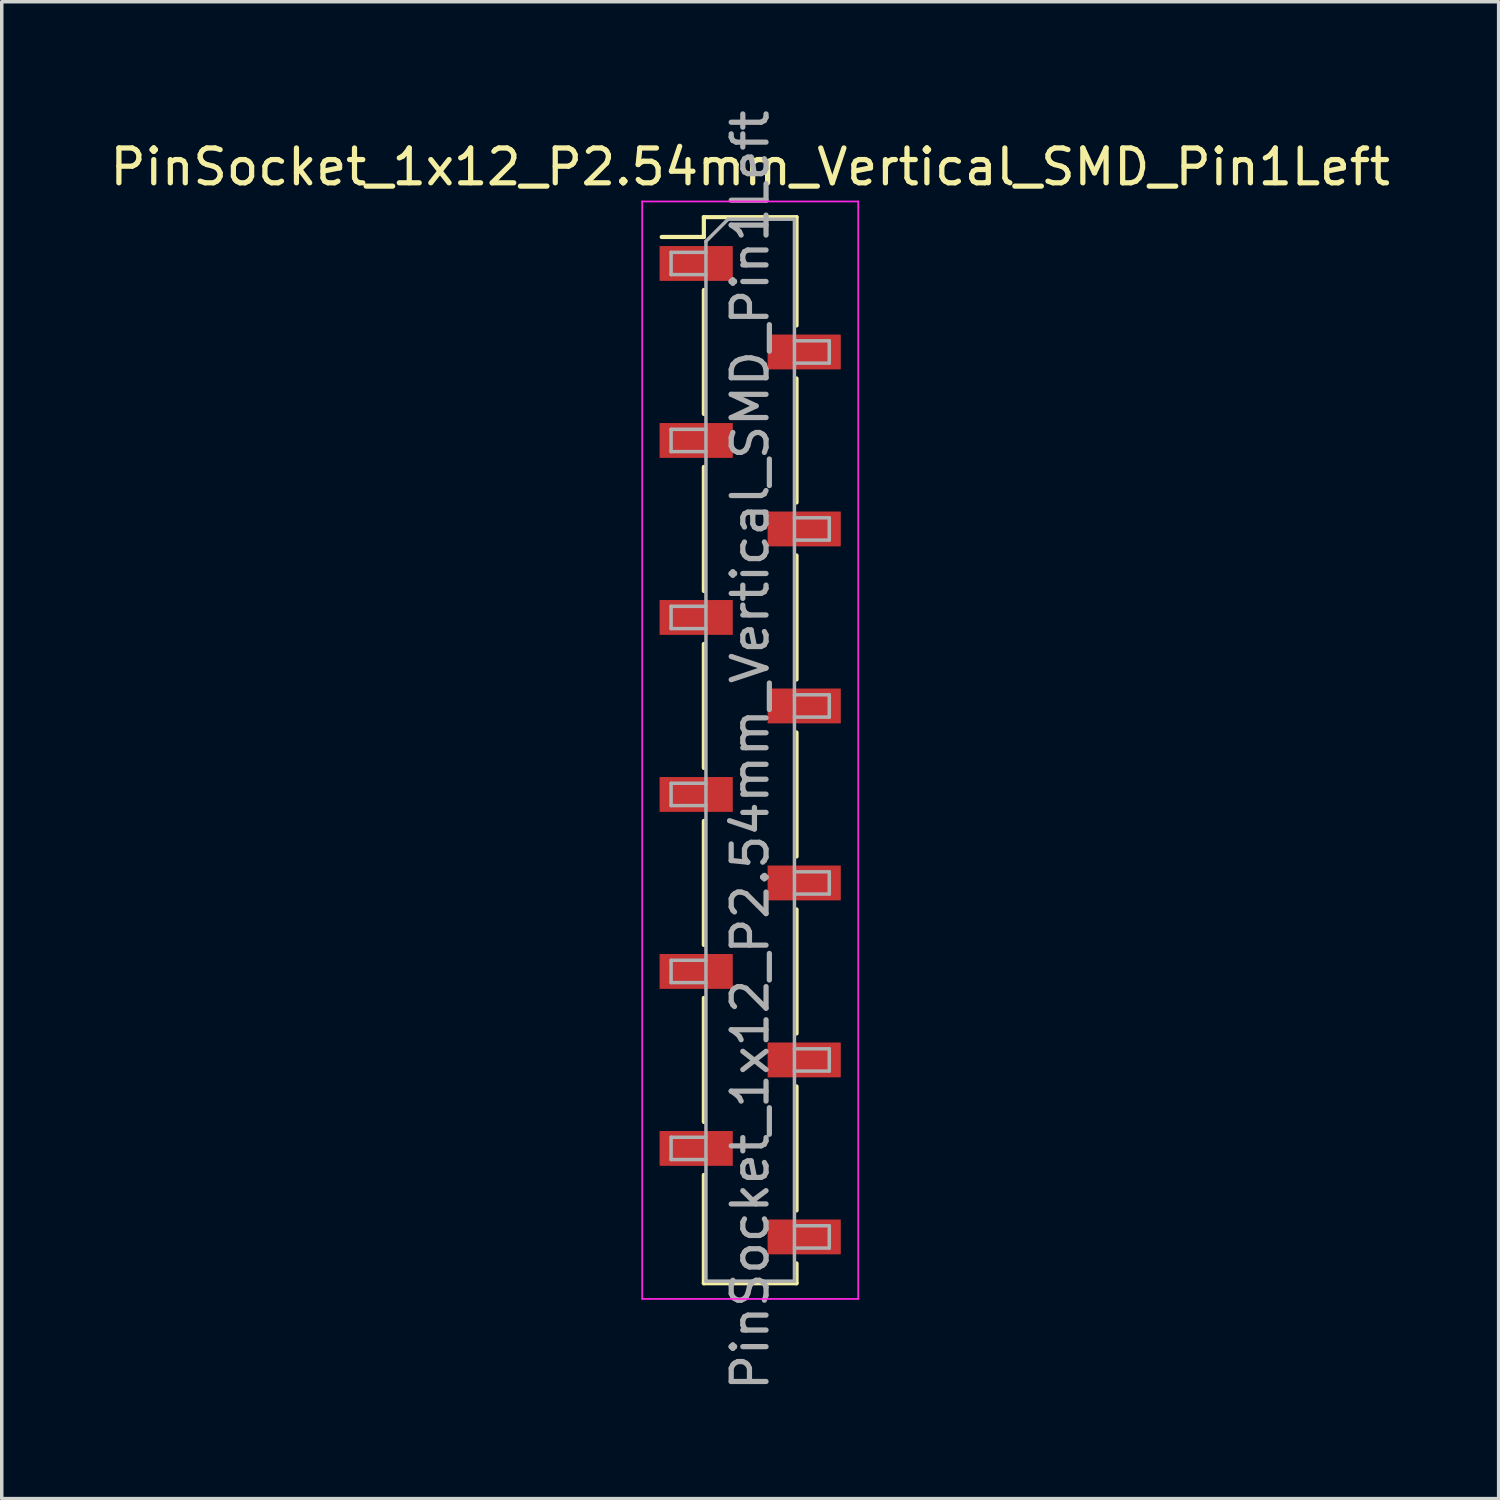
<source format=kicad_pcb>
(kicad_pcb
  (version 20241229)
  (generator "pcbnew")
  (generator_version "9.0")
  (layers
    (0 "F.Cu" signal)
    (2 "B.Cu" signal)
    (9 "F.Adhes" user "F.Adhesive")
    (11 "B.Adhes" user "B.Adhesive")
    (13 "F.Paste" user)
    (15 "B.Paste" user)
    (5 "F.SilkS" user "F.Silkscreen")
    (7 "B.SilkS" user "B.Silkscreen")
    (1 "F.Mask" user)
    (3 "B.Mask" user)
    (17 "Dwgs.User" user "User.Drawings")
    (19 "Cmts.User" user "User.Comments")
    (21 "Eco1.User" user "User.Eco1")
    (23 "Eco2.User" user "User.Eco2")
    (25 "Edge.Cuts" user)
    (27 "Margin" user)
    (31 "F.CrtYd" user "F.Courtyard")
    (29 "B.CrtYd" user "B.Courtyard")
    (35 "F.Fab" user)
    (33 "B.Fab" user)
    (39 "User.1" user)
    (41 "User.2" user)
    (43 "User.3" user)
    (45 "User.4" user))
  (footprint "PinSocket_1x12_P2.54mm_Vertical_SMD_Pin1Left"
    (layer "F.Cu")
    (at 18.482 18.482)
    (property "Reference" "PinSocket_1x12_P2.54mm_Vertical_SMD_Pin1Left" (at 0 -16.74 0) (layer "F.SilkS") (effects (font (size 1 1) (thickness 0.15))))
    (attr smd)
    (fp_line (start -2.54 -14.73) (end -1.33 -14.73) (stroke (width 0.12) (type solid)) (layer "F.SilkS"))
    (fp_line (start -1.33 -15.3) (end -1.33 -14.73) (stroke (width 0.12) (type solid)) (layer "F.SilkS"))
    (fp_line (start -1.33 -15.3) (end 1.33 -15.3) (stroke (width 0.12) (type solid)) (layer "F.SilkS"))
    (fp_line (start -1.33 -13.21) (end -1.33 -9.65) (stroke (width 0.12) (type solid)) (layer "F.SilkS"))
    (fp_line (start -1.33 -8.13) (end -1.33 -4.57) (stroke (width 0.12) (type solid)) (layer "F.SilkS"))
    (fp_line (start -1.33 -3.05) (end -1.33 0.51) (stroke (width 0.12) (type solid)) (layer "F.SilkS"))
    (fp_line (start -1.33 2.03) (end -1.33 5.59) (stroke (width 0.12) (type solid)) (layer "F.SilkS"))
    (fp_line (start -1.33 7.11) (end -1.33 10.67) (stroke (width 0.12) (type solid)) (layer "F.SilkS"))
    (fp_line (start -1.33 12.19) (end -1.33 15.3) (stroke (width 0.12) (type solid)) (layer "F.SilkS"))
    (fp_line (start -1.33 15.3) (end 1.33 15.3) (stroke (width 0.12) (type solid)) (layer "F.SilkS"))
    (fp_line (start 1.33 -15.3) (end 1.33 -12.19) (stroke (width 0.12) (type solid)) (layer "F.SilkS"))
    (fp_line (start 1.33 -10.67) (end 1.33 -7.11) (stroke (width 0.12) (type solid)) (layer "F.SilkS"))
    (fp_line (start 1.33 -5.59) (end 1.33 -2.03) (stroke (width 0.12) (type solid)) (layer "F.SilkS"))
    (fp_line (start 1.33 -0.51) (end 1.33 3.05) (stroke (width 0.12) (type solid)) (layer "F.SilkS"))
    (fp_line (start 1.33 4.57) (end 1.33 8.13) (stroke (width 0.12) (type solid)) (layer "F.SilkS"))
    (fp_line (start 1.33 9.65) (end 1.33 13.21) (stroke (width 0.12) (type solid)) (layer "F.SilkS"))
    (fp_line (start 1.33 14.73) (end 1.33 15.3) (stroke (width 0.12) (type solid)) (layer "F.SilkS"))
    (fp_line (start -3.1 -15.75) (end 3.1 -15.75) (stroke (width 0.05) (type solid)) (layer "F.CrtYd"))
    (fp_line (start -3.1 15.75) (end -3.1 -15.75) (stroke (width 0.05) (type solid)) (layer "F.CrtYd"))
    (fp_line (start 3.1 -15.75) (end 3.1 15.75) (stroke (width 0.05) (type solid)) (layer "F.CrtYd"))
    (fp_line (start 3.1 15.75) (end -3.1 15.75) (stroke (width 0.05) (type solid)) (layer "F.CrtYd"))
    (fp_line (start -2.27 -14.29) (end -1.27 -14.29) (stroke (width 0.1) (type solid)) (layer "F.Fab"))
    (fp_line (start -2.27 -13.65) (end -2.27 -14.29) (stroke (width 0.1) (type solid)) (layer "F.Fab"))
    (fp_line (start -2.27 -9.21) (end -1.27 -9.21) (stroke (width 0.1) (type solid)) (layer "F.Fab"))
    (fp_line (start -2.27 -8.57) (end -2.27 -9.21) (stroke (width 0.1) (type solid)) (layer "F.Fab"))
    (fp_line (start -2.27 -4.13) (end -1.27 -4.13) (stroke (width 0.1) (type solid)) (layer "F.Fab"))
    (fp_line (start -2.27 -3.49) (end -2.27 -4.13) (stroke (width 0.1) (type solid)) (layer "F.Fab"))
    (fp_line (start -2.27 0.95) (end -1.27 0.95) (stroke (width 0.1) (type solid)) (layer "F.Fab"))
    (fp_line (start -2.27 1.59) (end -2.27 0.95) (stroke (width 0.1) (type solid)) (layer "F.Fab"))
    (fp_line (start -2.27 6.03) (end -1.27 6.03) (stroke (width 0.1) (type solid)) (layer "F.Fab"))
    (fp_line (start -2.27 6.67) (end -2.27 6.03) (stroke (width 0.1) (type solid)) (layer "F.Fab"))
    (fp_line (start -2.27 11.11) (end -1.27 11.11) (stroke (width 0.1) (type solid)) (layer "F.Fab"))
    (fp_line (start -2.27 11.75) (end -2.27 11.11) (stroke (width 0.1) (type solid)) (layer "F.Fab"))
    (fp_line (start -1.27 -14.605) (end -0.635 -15.24) (stroke (width 0.1) (type solid)) (layer "F.Fab"))
    (fp_line (start -1.27 -13.65) (end -2.27 -13.65) (stroke (width 0.1) (type solid)) (layer "F.Fab"))
    (fp_line (start -1.27 -8.57) (end -2.27 -8.57) (stroke (width 0.1) (type solid)) (layer "F.Fab"))
    (fp_line (start -1.27 -3.49) (end -2.27 -3.49) (stroke (width 0.1) (type solid)) (layer "F.Fab"))
    (fp_line (start -1.27 1.59) (end -2.27 1.59) (stroke (width 0.1) (type solid)) (layer "F.Fab"))
    (fp_line (start -1.27 6.67) (end -2.27 6.67) (stroke (width 0.1) (type solid)) (layer "F.Fab"))
    (fp_line (start -1.27 11.75) (end -2.27 11.75) (stroke (width 0.1) (type solid)) (layer "F.Fab"))
    (fp_line (start -1.27 15.24) (end -1.27 -14.605) (stroke (width 0.1) (type solid)) (layer "F.Fab"))
    (fp_line (start -0.635 -15.24) (end 1.27 -15.24) (stroke (width 0.1) (type solid)) (layer "F.Fab"))
    (fp_line (start 1.27 -15.24) (end 1.27 15.24) (stroke (width 0.1) (type solid)) (layer "F.Fab"))
    (fp_line (start 1.27 -11.75) (end 2.27 -11.75) (stroke (width 0.1) (type solid)) (layer "F.Fab"))
    (fp_line (start 1.27 -6.67) (end 2.27 -6.67) (stroke (width 0.1) (type solid)) (layer "F.Fab"))
    (fp_line (start 1.27 -1.59) (end 2.27 -1.59) (stroke (width 0.1) (type solid)) (layer "F.Fab"))
    (fp_line (start 1.27 3.49) (end 2.27 3.49) (stroke (width 0.1) (type solid)) (layer "F.Fab"))
    (fp_line (start 1.27 8.57) (end 2.27 8.57) (stroke (width 0.1) (type solid)) (layer "F.Fab"))
    (fp_line (start 1.27 13.65) (end 2.27 13.65) (stroke (width 0.1) (type solid)) (layer "F.Fab"))
    (fp_line (start 1.27 15.24) (end -1.27 15.24) (stroke (width 0.1) (type solid)) (layer "F.Fab"))
    (fp_line (start 2.27 -11.75) (end 2.27 -11.11) (stroke (width 0.1) (type solid)) (layer "F.Fab"))
    (fp_line (start 2.27 -11.11) (end 1.27 -11.11) (stroke (width 0.1) (type solid)) (layer "F.Fab"))
    (fp_line (start 2.27 -6.67) (end 2.27 -6.03) (stroke (width 0.1) (type solid)) (layer "F.Fab"))
    (fp_line (start 2.27 -6.03) (end 1.27 -6.03) (stroke (width 0.1) (type solid)) (layer "F.Fab"))
    (fp_line (start 2.27 -1.59) (end 2.27 -0.95) (stroke (width 0.1) (type solid)) (layer "F.Fab"))
    (fp_line (start 2.27 -0.95) (end 1.27 -0.95) (stroke (width 0.1) (type solid)) (layer "F.Fab"))
    (fp_line (start 2.27 3.49) (end 2.27 4.13) (stroke (width 0.1) (type solid)) (layer "F.Fab"))
    (fp_line (start 2.27 4.13) (end 1.27 4.13) (stroke (width 0.1) (type solid)) (layer "F.Fab"))
    (fp_line (start 2.27 8.57) (end 2.27 9.21) (stroke (width 0.1) (type solid)) (layer "F.Fab"))
    (fp_line (start 2.27 9.21) (end 1.27 9.21) (stroke (width 0.1) (type solid)) (layer "F.Fab"))
    (fp_line (start 2.27 13.65) (end 2.27 14.29) (stroke (width 0.1) (type solid)) (layer "F.Fab"))
    (fp_line (start 2.27 14.29) (end 1.27 14.29) (stroke (width 0.1) (type solid)) (layer "F.Fab"))
    (fp_text user "${REFERENCE}" (at 0 0 90) (layer "F.Fab") (effects (font (size 1 1) (thickness 0.15))))
    (pad "1" smd rect (at -1.55 -13.97) (size 2.1 1) (layers "F.Cu" "F.Mask" "F.Paste"))
    (pad "2" smd rect (at 1.55 -11.43) (size 2.1 1) (layers "F.Cu" "F.Mask" "F.Paste"))
    (pad "3" smd rect (at -1.55 -8.89) (size 2.1 1) (layers "F.Cu" "F.Mask" "F.Paste"))
    (pad "4" smd rect (at 1.55 -6.35) (size 2.1 1) (layers "F.Cu" "F.Mask" "F.Paste"))
    (pad "5" smd rect (at -1.55 -3.81) (size 2.1 1) (layers "F.Cu" "F.Mask" "F.Paste"))
    (pad "6" smd rect (at 1.55 -1.27) (size 2.1 1) (layers "F.Cu" "F.Mask" "F.Paste"))
    (pad "7" smd rect (at -1.55 1.27) (size 2.1 1) (layers "F.Cu" "F.Mask" "F.Paste"))
    (pad "8" smd rect (at 1.55 3.81) (size 2.1 1) (layers "F.Cu" "F.Mask" "F.Paste"))
    (pad "9" smd rect (at -1.55 6.35) (size 2.1 1) (layers "F.Cu" "F.Mask" "F.Paste"))
    (pad "10" smd rect (at 1.55 8.89) (size 2.1 1) (layers "F.Cu" "F.Mask" "F.Paste"))
    (pad "11" smd rect (at -1.55 11.43) (size 2.1 1) (layers "F.Cu" "F.Mask" "F.Paste"))
    (pad "12" smd rect (at 1.55 13.97) (size 2.1 1) (layers "F.Cu" "F.Mask" "F.Paste")))
  (gr_rect
    (start -3 -3)
    (end 39.964 39.964)
    (stroke (width 0.1) (type default))
    (fill no)
    (layer "Edge.Cuts")))
</source>
